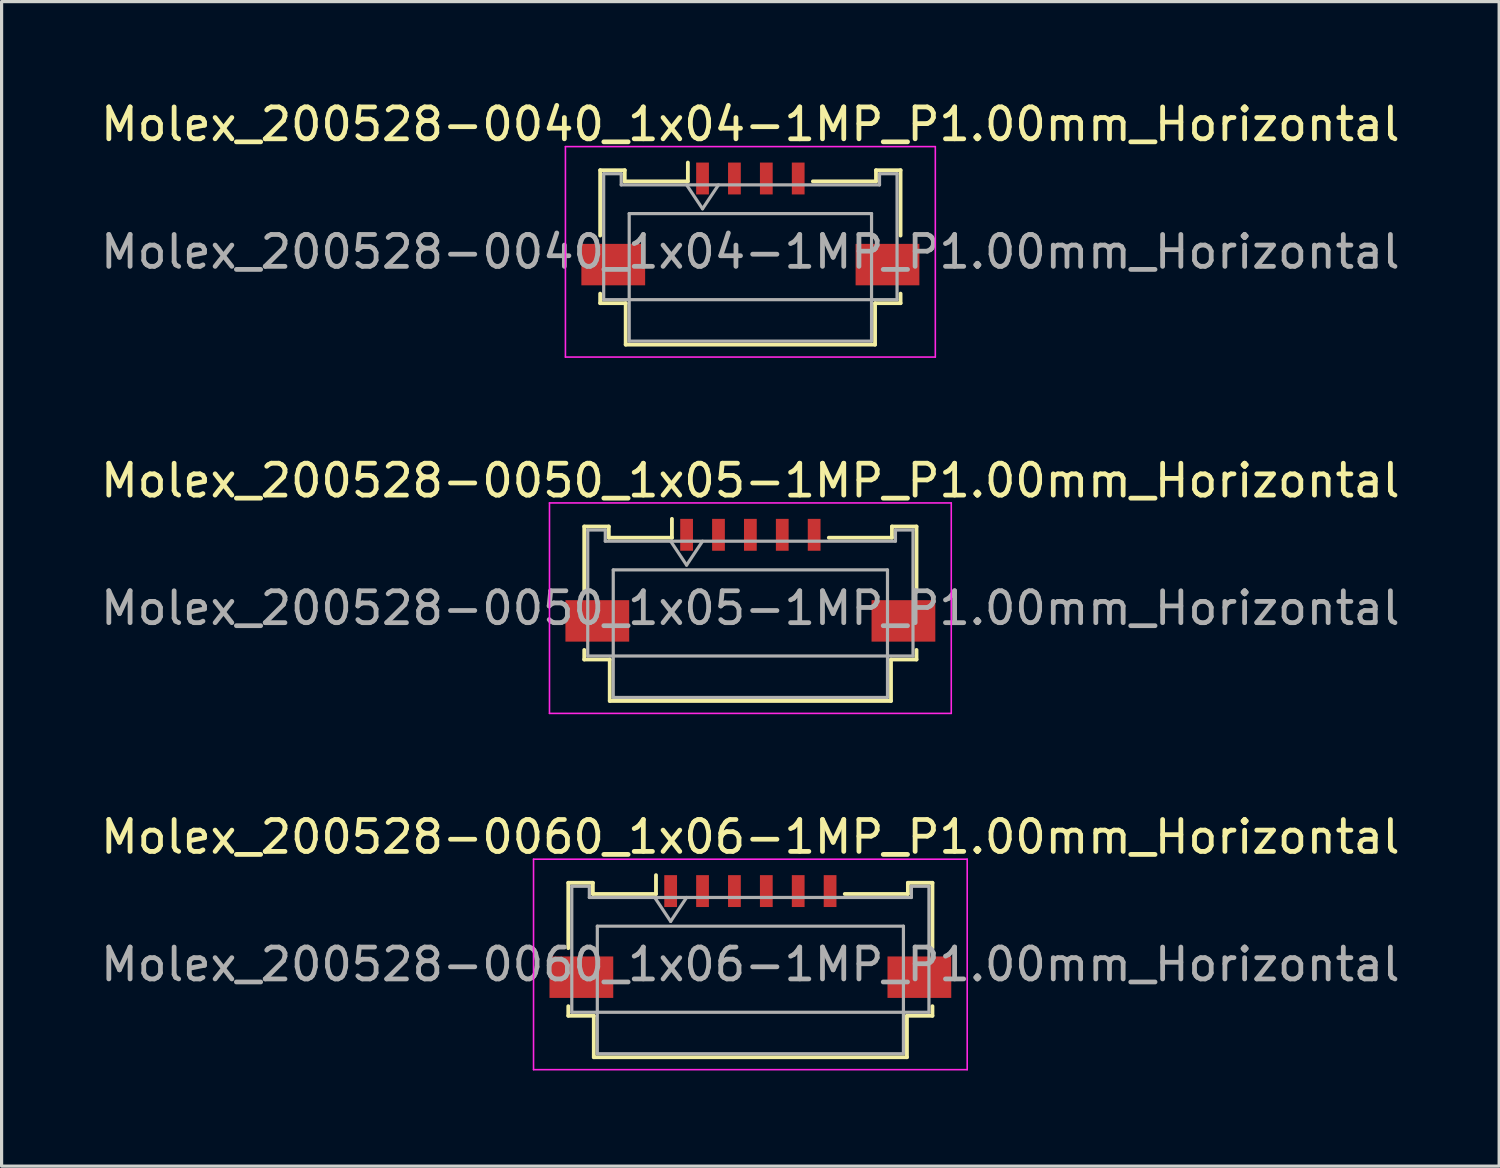
<source format=kicad_pcb>
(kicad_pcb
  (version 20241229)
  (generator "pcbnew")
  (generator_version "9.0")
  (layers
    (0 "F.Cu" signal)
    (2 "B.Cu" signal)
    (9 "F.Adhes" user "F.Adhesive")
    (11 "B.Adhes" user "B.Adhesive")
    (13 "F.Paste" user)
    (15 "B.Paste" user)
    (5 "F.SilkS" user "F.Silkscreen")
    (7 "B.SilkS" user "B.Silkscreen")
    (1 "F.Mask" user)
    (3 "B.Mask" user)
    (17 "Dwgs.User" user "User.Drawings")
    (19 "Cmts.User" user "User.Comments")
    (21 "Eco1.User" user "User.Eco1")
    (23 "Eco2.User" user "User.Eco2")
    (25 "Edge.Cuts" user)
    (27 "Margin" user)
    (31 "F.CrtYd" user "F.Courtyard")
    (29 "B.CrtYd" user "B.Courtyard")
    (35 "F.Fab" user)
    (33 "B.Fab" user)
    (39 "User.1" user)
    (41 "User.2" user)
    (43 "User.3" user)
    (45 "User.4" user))
  (footprint "Molex_200528-0060_1x06-1MP_P1.00mm_Horizontal"
    (layer "F.Cu")
    (at 20.482 25.805)
    (property "Reference" "Molex_200528-0060_1x06-1MP_P1.00mm_Horizontal" (at 0 -2.61 0) (layer "F.SilkS") (effects (font (size 1 1) (thickness 0.15))))
    (attr smd)
    (fp_line (start -5.71 -1.17) (end -5.71 0.88) (stroke (width 0.12) (type solid)) (layer "F.SilkS"))
    (fp_line (start -5.71 2.7) (end -5.71 3) (stroke (width 0.12) (type solid)) (layer "F.SilkS"))
    (fp_line (start -5.71 3) (end -4.91 3) (stroke (width 0.12) (type solid)) (layer "F.SilkS"))
    (fp_line (start -4.94 -1.17) (end -5.71 -1.17) (stroke (width 0.12) (type solid)) (layer "F.SilkS"))
    (fp_line (start -4.94 -0.82) (end -4.94 -1.17) (stroke (width 0.12) (type solid)) (layer "F.SilkS"))
    (fp_line (start -4.91 3) (end -4.91 4.3) (stroke (width 0.12) (type solid)) (layer "F.SilkS"))
    (fp_line (start -4.91 4.3) (end 4.91 4.3) (stroke (width 0.12) (type solid)) (layer "F.SilkS"))
    (fp_line (start -2.96 -1.41) (end -2.96 -0.82) (stroke (width 0.12) (type solid)) (layer "F.SilkS"))
    (fp_line (start -2.96 -0.82) (end -4.94 -0.82) (stroke (width 0.12) (type solid)) (layer "F.SilkS"))
    (fp_line (start 4.91 3) (end 5.71 3) (stroke (width 0.12) (type solid)) (layer "F.SilkS"))
    (fp_line (start 4.91 4.3) (end 4.91 3) (stroke (width 0.12) (type solid)) (layer "F.SilkS"))
    (fp_line (start 4.94 -1.17) (end 4.94 -0.82) (stroke (width 0.12) (type solid)) (layer "F.SilkS"))
    (fp_line (start 4.94 -0.82) (end 2.96 -0.82) (stroke (width 0.12) (type solid)) (layer "F.SilkS"))
    (fp_line (start 5.71 -1.17) (end 4.94 -1.17) (stroke (width 0.12) (type solid)) (layer "F.SilkS"))
    (fp_line (start 5.71 0.88) (end 5.71 -1.17) (stroke (width 0.12) (type solid)) (layer "F.SilkS"))
    (fp_line (start 5.71 3) (end 5.71 2.7) (stroke (width 0.12) (type solid)) (layer "F.SilkS"))
    (fp_line (start -6.8 -1.91) (end -6.8 4.69) (stroke (width 0.05) (type solid)) (layer "F.CrtYd"))
    (fp_line (start -6.8 4.69) (end 6.8 4.69) (stroke (width 0.05) (type solid)) (layer "F.CrtYd"))
    (fp_line (start 6.8 -1.91) (end -6.8 -1.91) (stroke (width 0.05) (type solid)) (layer "F.CrtYd"))
    (fp_line (start 6.8 4.69) (end 6.8 -1.91) (stroke (width 0.05) (type solid)) (layer "F.CrtYd"))
    (fp_line (start -5.6 -1.06) (end -5.6 2.89) (stroke (width 0.1) (type solid)) (layer "F.Fab"))
    (fp_line (start -5.6 2.89) (end 5.6 2.89) (stroke (width 0.1) (type solid)) (layer "F.Fab"))
    (fp_line (start -5.05 -1.06) (end -5.6 -1.06) (stroke (width 0.1) (type solid)) (layer "F.Fab"))
    (fp_line (start -5.05 -0.71) (end -5.05 -1.06) (stroke (width 0.1) (type solid)) (layer "F.Fab"))
    (fp_line (start -4.8 0.19) (end -4.8 4.19) (stroke (width 0.1) (type solid)) (layer "F.Fab"))
    (fp_line (start -4.8 4.19) (end 4.8 4.19) (stroke (width 0.1) (type solid)) (layer "F.Fab"))
    (fp_line (start -3 -0.71) (end -2.5 0.04) (stroke (width 0.1) (type solid)) (layer "F.Fab"))
    (fp_line (start -2.5 0.04) (end -2 -0.71) (stroke (width 0.1) (type solid)) (layer "F.Fab"))
    (fp_line (start 4.8 0.19) (end -4.8 0.19) (stroke (width 0.1) (type solid)) (layer "F.Fab"))
    (fp_line (start 4.8 4.19) (end 4.8 0.19) (stroke (width 0.1) (type solid)) (layer "F.Fab"))
    (fp_line (start 5.05 -1.06) (end 5.05 -0.71) (stroke (width 0.1) (type solid)) (layer "F.Fab"))
    (fp_line (start 5.05 -0.71) (end -5.05 -0.71) (stroke (width 0.1) (type solid)) (layer "F.Fab"))
    (fp_line (start 5.6 -1.06) (end 5.05 -1.06) (stroke (width 0.1) (type solid)) (layer "F.Fab"))
    (fp_line (start 5.6 2.89) (end 5.6 -1.06) (stroke (width 0.1) (type solid)) (layer "F.Fab"))
    (fp_text user "${REFERENCE}" (at 0 1.39 0) (layer "F.Fab") (effects (font (size 1 1) (thickness 0.15))))
    (pad "1" smd rect (at -2.5 -0.91) (size 0.4 1) (layers "F.Cu" "F.Mask" "F.Paste"))
    (pad "2" smd rect (at -1.5 -0.91) (size 0.4 1) (layers "F.Cu" "F.Mask" "F.Paste"))
    (pad "3" smd rect (at -0.5 -0.91) (size 0.4 1) (layers "F.Cu" "F.Mask" "F.Paste"))
    (pad "4" smd rect (at 0.5 -0.91) (size 0.4 1) (layers "F.Cu" "F.Mask" "F.Paste"))
    (pad "5" smd rect (at 1.5 -0.91) (size 0.4 1) (layers "F.Cu" "F.Mask" "F.Paste"))
    (pad "6" smd rect (at 2.5 -0.91) (size 0.4 1) (layers "F.Cu" "F.Mask" "F.Paste"))
    (pad "MP" smd rect (at -5.3 1.79) (size 2 1.3) (layers "F.Cu" "F.Mask" "F.Paste"))
    (pad "MP" smd rect (at 5.3 1.79) (size 2 1.3) (layers "F.Cu" "F.Mask" "F.Paste")))
  (footprint "Molex_200528-0050_1x05-1MP_P1.00mm_Horizontal"
    (layer "F.Cu")
    (at 20.482 14.632)
    (property "Reference" "Molex_200528-0050_1x05-1MP_P1.00mm_Horizontal" (at 0 -2.61 0) (layer "F.SilkS") (effects (font (size 1 1) (thickness 0.15))))
    (attr smd)
    (fp_line (start -5.21 -1.17) (end -5.21 0.88) (stroke (width 0.12) (type solid)) (layer "F.SilkS"))
    (fp_line (start -5.21 2.7) (end -5.21 3) (stroke (width 0.12) (type solid)) (layer "F.SilkS"))
    (fp_line (start -5.21 3) (end -4.41 3) (stroke (width 0.12) (type solid)) (layer "F.SilkS"))
    (fp_line (start -4.44 -1.17) (end -5.21 -1.17) (stroke (width 0.12) (type solid)) (layer "F.SilkS"))
    (fp_line (start -4.44 -0.82) (end -4.44 -1.17) (stroke (width 0.12) (type solid)) (layer "F.SilkS"))
    (fp_line (start -4.41 3) (end -4.41 4.3) (stroke (width 0.12) (type solid)) (layer "F.SilkS"))
    (fp_line (start -4.41 4.3) (end 4.41 4.3) (stroke (width 0.12) (type solid)) (layer "F.SilkS"))
    (fp_line (start -2.46 -1.41) (end -2.46 -0.82) (stroke (width 0.12) (type solid)) (layer "F.SilkS"))
    (fp_line (start -2.46 -0.82) (end -4.44 -0.82) (stroke (width 0.12) (type solid)) (layer "F.SilkS"))
    (fp_line (start 4.41 3) (end 5.21 3) (stroke (width 0.12) (type solid)) (layer "F.SilkS"))
    (fp_line (start 4.41 4.3) (end 4.41 3) (stroke (width 0.12) (type solid)) (layer "F.SilkS"))
    (fp_line (start 4.44 -1.17) (end 4.44 -0.82) (stroke (width 0.12) (type solid)) (layer "F.SilkS"))
    (fp_line (start 4.44 -0.82) (end 2.46 -0.82) (stroke (width 0.12) (type solid)) (layer "F.SilkS"))
    (fp_line (start 5.21 -1.17) (end 4.44 -1.17) (stroke (width 0.12) (type solid)) (layer "F.SilkS"))
    (fp_line (start 5.21 0.88) (end 5.21 -1.17) (stroke (width 0.12) (type solid)) (layer "F.SilkS"))
    (fp_line (start 5.21 3) (end 5.21 2.7) (stroke (width 0.12) (type solid)) (layer "F.SilkS"))
    (fp_line (start -6.3 -1.91) (end -6.3 4.69) (stroke (width 0.05) (type solid)) (layer "F.CrtYd"))
    (fp_line (start -6.3 4.69) (end 6.3 4.69) (stroke (width 0.05) (type solid)) (layer "F.CrtYd"))
    (fp_line (start 6.3 -1.91) (end -6.3 -1.91) (stroke (width 0.05) (type solid)) (layer "F.CrtYd"))
    (fp_line (start 6.3 4.69) (end 6.3 -1.91) (stroke (width 0.05) (type solid)) (layer "F.CrtYd"))
    (fp_line (start -5.1 -1.06) (end -5.1 2.89) (stroke (width 0.1) (type solid)) (layer "F.Fab"))
    (fp_line (start -5.1 2.89) (end 5.1 2.89) (stroke (width 0.1) (type solid)) (layer "F.Fab"))
    (fp_line (start -4.55 -1.06) (end -5.1 -1.06) (stroke (width 0.1) (type solid)) (layer "F.Fab"))
    (fp_line (start -4.55 -0.71) (end -4.55 -1.06) (stroke (width 0.1) (type solid)) (layer "F.Fab"))
    (fp_line (start -4.3 0.19) (end -4.3 4.19) (stroke (width 0.1) (type solid)) (layer "F.Fab"))
    (fp_line (start -4.3 4.19) (end 4.3 4.19) (stroke (width 0.1) (type solid)) (layer "F.Fab"))
    (fp_line (start -2.5 -0.71) (end -2 0.04) (stroke (width 0.1) (type solid)) (layer "F.Fab"))
    (fp_line (start -2 0.04) (end -1.5 -0.71) (stroke (width 0.1) (type solid)) (layer "F.Fab"))
    (fp_line (start 4.3 0.19) (end -4.3 0.19) (stroke (width 0.1) (type solid)) (layer "F.Fab"))
    (fp_line (start 4.3 4.19) (end 4.3 0.19) (stroke (width 0.1) (type solid)) (layer "F.Fab"))
    (fp_line (start 4.55 -1.06) (end 4.55 -0.71) (stroke (width 0.1) (type solid)) (layer "F.Fab"))
    (fp_line (start 4.55 -0.71) (end -4.55 -0.71) (stroke (width 0.1) (type solid)) (layer "F.Fab"))
    (fp_line (start 5.1 -1.06) (end 4.55 -1.06) (stroke (width 0.1) (type solid)) (layer "F.Fab"))
    (fp_line (start 5.1 2.89) (end 5.1 -1.06) (stroke (width 0.1) (type solid)) (layer "F.Fab"))
    (fp_text user "${REFERENCE}" (at 0 1.39 0) (layer "F.Fab") (effects (font (size 1 1) (thickness 0.15))))
    (pad "1" smd rect (at -2 -0.91) (size 0.4 1) (layers "F.Cu" "F.Mask" "F.Paste"))
    (pad "2" smd rect (at -1 -0.91) (size 0.4 1) (layers "F.Cu" "F.Mask" "F.Paste"))
    (pad "3" smd rect (at 0 -0.91) (size 0.4 1) (layers "F.Cu" "F.Mask" "F.Paste"))
    (pad "4" smd rect (at 1 -0.91) (size 0.4 1) (layers "F.Cu" "F.Mask" "F.Paste"))
    (pad "5" smd rect (at 2 -0.91) (size 0.4 1) (layers "F.Cu" "F.Mask" "F.Paste"))
    (pad "MP" smd rect (at -4.8 1.79) (size 2 1.3) (layers "F.Cu" "F.Mask" "F.Paste"))
    (pad "MP" smd rect (at 4.8 1.79) (size 2 1.3) (layers "F.Cu" "F.Mask" "F.Paste")))
  (footprint "Molex_200528-0040_1x04-1MP_P1.00mm_Horizontal"
    (layer "F.Cu")
    (at 20.482 3.458)
    (property "Reference" "Molex_200528-0040_1x04-1MP_P1.00mm_Horizontal" (at 0 -2.61 0) (layer "F.SilkS") (effects (font (size 1 1) (thickness 0.15))))
    (attr smd)
    (fp_line (start -4.71 -1.17) (end -4.71 0.88) (stroke (width 0.12) (type solid)) (layer "F.SilkS"))
    (fp_line (start -4.71 2.7) (end -4.71 3) (stroke (width 0.12) (type solid)) (layer "F.SilkS"))
    (fp_line (start -4.71 3) (end -3.91 3) (stroke (width 0.12) (type solid)) (layer "F.SilkS"))
    (fp_line (start -3.94 -1.17) (end -4.71 -1.17) (stroke (width 0.12) (type solid)) (layer "F.SilkS"))
    (fp_line (start -3.94 -0.82) (end -3.94 -1.17) (stroke (width 0.12) (type solid)) (layer "F.SilkS"))
    (fp_line (start -3.91 3) (end -3.91 4.3) (stroke (width 0.12) (type solid)) (layer "F.SilkS"))
    (fp_line (start -3.91 4.3) (end 3.91 4.3) (stroke (width 0.12) (type solid)) (layer "F.SilkS"))
    (fp_line (start -1.96 -1.41) (end -1.96 -0.82) (stroke (width 0.12) (type solid)) (layer "F.SilkS"))
    (fp_line (start -1.96 -0.82) (end -3.94 -0.82) (stroke (width 0.12) (type solid)) (layer "F.SilkS"))
    (fp_line (start 3.91 3) (end 4.71 3) (stroke (width 0.12) (type solid)) (layer "F.SilkS"))
    (fp_line (start 3.91 4.3) (end 3.91 3) (stroke (width 0.12) (type solid)) (layer "F.SilkS"))
    (fp_line (start 3.94 -1.17) (end 3.94 -0.82) (stroke (width 0.12) (type solid)) (layer "F.SilkS"))
    (fp_line (start 3.94 -0.82) (end 1.96 -0.82) (stroke (width 0.12) (type solid)) (layer "F.SilkS"))
    (fp_line (start 4.71 -1.17) (end 3.94 -1.17) (stroke (width 0.12) (type solid)) (layer "F.SilkS"))
    (fp_line (start 4.71 0.88) (end 4.71 -1.17) (stroke (width 0.12) (type solid)) (layer "F.SilkS"))
    (fp_line (start 4.71 3) (end 4.71 2.7) (stroke (width 0.12) (type solid)) (layer "F.SilkS"))
    (fp_line (start -5.8 -1.91) (end -5.8 4.69) (stroke (width 0.05) (type solid)) (layer "F.CrtYd"))
    (fp_line (start -5.8 4.69) (end 5.8 4.69) (stroke (width 0.05) (type solid)) (layer "F.CrtYd"))
    (fp_line (start 5.8 -1.91) (end -5.8 -1.91) (stroke (width 0.05) (type solid)) (layer "F.CrtYd"))
    (fp_line (start 5.8 4.69) (end 5.8 -1.91) (stroke (width 0.05) (type solid)) (layer "F.CrtYd"))
    (fp_line (start -4.6 -1.06) (end -4.6 2.89) (stroke (width 0.1) (type solid)) (layer "F.Fab"))
    (fp_line (start -4.6 2.89) (end 4.6 2.89) (stroke (width 0.1) (type solid)) (layer "F.Fab"))
    (fp_line (start -4.05 -1.06) (end -4.6 -1.06) (stroke (width 0.1) (type solid)) (layer "F.Fab"))
    (fp_line (start -4.05 -0.71) (end -4.05 -1.06) (stroke (width 0.1) (type solid)) (layer "F.Fab"))
    (fp_line (start -3.8 0.19) (end -3.8 4.19) (stroke (width 0.1) (type solid)) (layer "F.Fab"))
    (fp_line (start -3.8 4.19) (end 3.8 4.19) (stroke (width 0.1) (type solid)) (layer "F.Fab"))
    (fp_line (start -2 -0.71) (end -1.5 0.04) (stroke (width 0.1) (type solid)) (layer "F.Fab"))
    (fp_line (start -1.5 0.04) (end -1 -0.71) (stroke (width 0.1) (type solid)) (layer "F.Fab"))
    (fp_line (start 3.8 0.19) (end -3.8 0.19) (stroke (width 0.1) (type solid)) (layer "F.Fab"))
    (fp_line (start 3.8 4.19) (end 3.8 0.19) (stroke (width 0.1) (type solid)) (layer "F.Fab"))
    (fp_line (start 4.05 -1.06) (end 4.05 -0.71) (stroke (width 0.1) (type solid)) (layer "F.Fab"))
    (fp_line (start 4.05 -0.71) (end -4.05 -0.71) (stroke (width 0.1) (type solid)) (layer "F.Fab"))
    (fp_line (start 4.6 -1.06) (end 4.05 -1.06) (stroke (width 0.1) (type solid)) (layer "F.Fab"))
    (fp_line (start 4.6 2.89) (end 4.6 -1.06) (stroke (width 0.1) (type solid)) (layer "F.Fab"))
    (fp_text user "${REFERENCE}" (at 0 1.39 0) (layer "F.Fab") (effects (font (size 1 1) (thickness 0.15))))
    (pad "1" smd rect (at -1.5 -0.91) (size 0.4 1) (layers "F.Cu" "F.Mask" "F.Paste"))
    (pad "2" smd rect (at -0.5 -0.91) (size 0.4 1) (layers "F.Cu" "F.Mask" "F.Paste"))
    (pad "3" smd rect (at 0.5 -0.91) (size 0.4 1) (layers "F.Cu" "F.Mask" "F.Paste"))
    (pad "4" smd rect (at 1.5 -0.91) (size 0.4 1) (layers "F.Cu" "F.Mask" "F.Paste"))
    (pad "MP" smd rect (at -4.3 1.79) (size 2 1.3) (layers "F.Cu" "F.Mask" "F.Paste"))
    (pad "MP" smd rect (at 4.3 1.79) (size 2 1.3) (layers "F.Cu" "F.Mask" "F.Paste")))
  (gr_rect
    (start -3 -3)
    (end 43.964 33.52)
    (stroke (width 0.1) (type default))
    (fill no)
    (layer "Edge.Cuts")))
</source>
